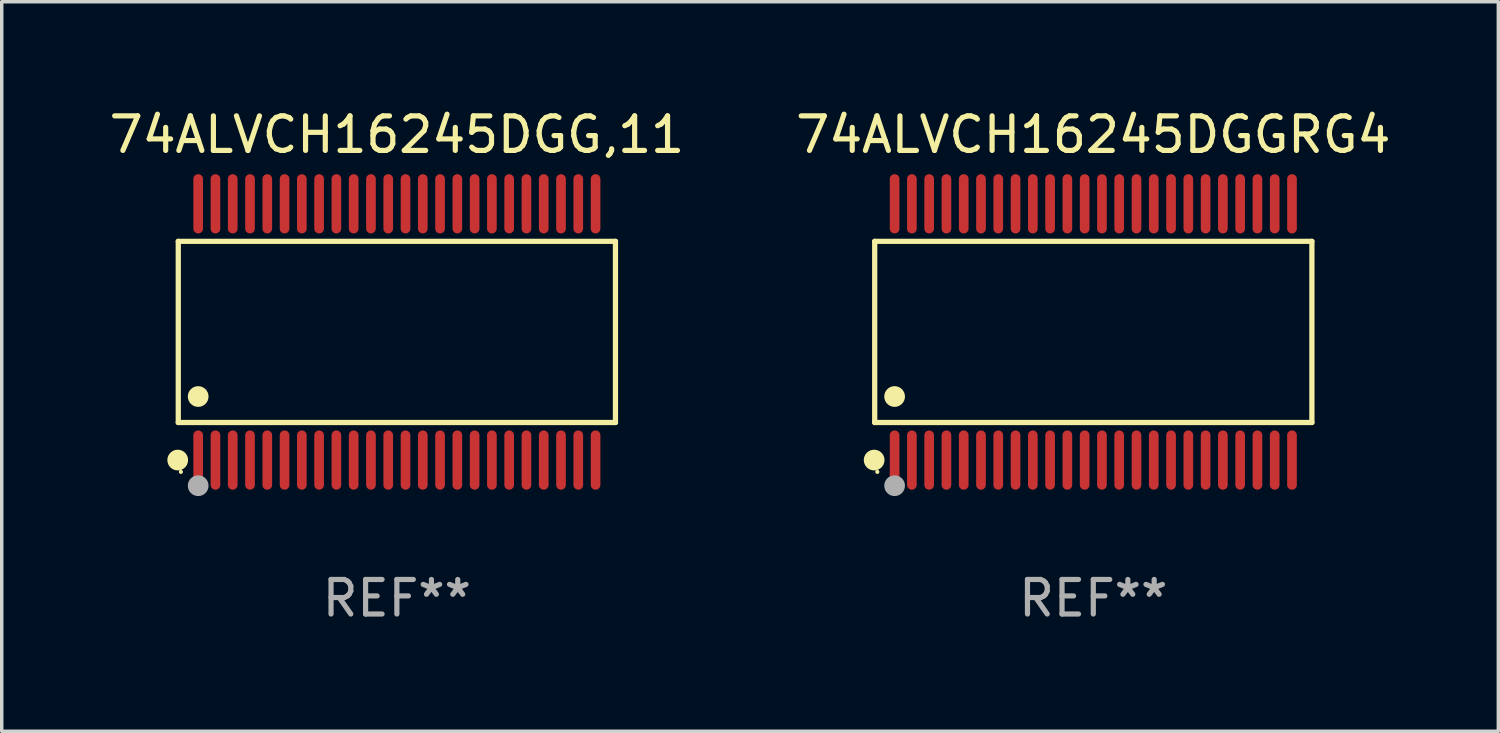
<source format=kicad_pcb>
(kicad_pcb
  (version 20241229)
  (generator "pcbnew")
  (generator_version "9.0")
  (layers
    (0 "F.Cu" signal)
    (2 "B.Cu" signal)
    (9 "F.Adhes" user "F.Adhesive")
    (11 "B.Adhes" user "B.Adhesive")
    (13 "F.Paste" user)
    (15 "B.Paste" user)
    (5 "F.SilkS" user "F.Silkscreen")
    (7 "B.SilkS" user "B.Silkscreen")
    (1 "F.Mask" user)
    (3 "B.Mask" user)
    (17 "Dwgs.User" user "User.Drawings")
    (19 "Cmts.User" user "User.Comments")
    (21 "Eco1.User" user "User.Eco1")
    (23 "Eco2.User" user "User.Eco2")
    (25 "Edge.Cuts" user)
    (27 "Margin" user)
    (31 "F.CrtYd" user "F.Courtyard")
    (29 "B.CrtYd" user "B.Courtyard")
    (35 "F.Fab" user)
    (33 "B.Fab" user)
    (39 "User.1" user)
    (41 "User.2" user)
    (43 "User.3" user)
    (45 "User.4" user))
  (footprint "74ALVCH16245DGGRG4"
    (layer "F.Cu")
    (at 28.589 6.556)
    (property "Reference" "74ALVCH16245DGGRG4" (at 0 -5.708 0) (layer "F.SilkS") (effects (font (size 1 1) (thickness 0.15))))
    (attr through_hole)
    (fp_line (start -6.326 -2.622) (end 6.326 -2.622) (stroke (width 0.152) (type solid)) (layer "F.SilkS"))
    (fp_line (start -6.326 2.621) (end -6.326 -2.622) (stroke (width 0.152) (type solid)) (layer "F.SilkS"))
    (fp_line (start 6.326 -2.622) (end 6.326 2.621) (stroke (width 0.152) (type solid)) (layer "F.SilkS"))
    (fp_line (start 6.326 2.621) (end -6.326 2.621) (stroke (width 0.152) (type solid)) (layer "F.SilkS"))
    (fp_circle (center -6.342 3.708) (end -6.192 3.708) (stroke (width 0.3) (type solid)) (fill no) (layer "F.SilkS"))
    (fp_circle (center -6.25 4.05) (end -6.22 4.05) (stroke (width 0.06) (type solid)) (fill no) (layer "F.SilkS"))
    (fp_circle (center -5.75 1.869) (end -5.6 1.869) (stroke (width 0.3) (type solid)) (fill no) (layer "F.SilkS"))
    (fp_circle (center -5.75 4.45) (end -5.6 4.45) (stroke (width 0.3) (type solid)) (fill no) (layer "F.Fab"))
    (fp_text user "REF**" (at 0 7.708 0) (layer "F.Fab") (effects (font (size 1 1) (thickness 0.15))))
    (pad "1" smd oval (at -5.75 3.708) (size 0.28 1.715) (layers "F.Cu" "F.Mask" "F.Paste"))
    (pad "2" smd oval (at -5.25 3.708) (size 0.28 1.715) (layers "F.Cu" "F.Mask" "F.Paste"))
    (pad "3" smd oval (at -4.75 3.708) (size 0.28 1.715) (layers "F.Cu" "F.Mask" "F.Paste"))
    (pad "4" smd oval (at -4.25 3.708) (size 0.28 1.715) (layers "F.Cu" "F.Mask" "F.Paste"))
    (pad "5" smd oval (at -3.75 3.708) (size 0.28 1.715) (layers "F.Cu" "F.Mask" "F.Paste"))
    (pad "6" smd oval (at -3.25 3.708) (size 0.28 1.715) (layers "F.Cu" "F.Mask" "F.Paste"))
    (pad "7" smd oval (at -2.75 3.708) (size 0.28 1.715) (layers "F.Cu" "F.Mask" "F.Paste"))
    (pad "8" smd oval (at -2.25 3.708) (size 0.28 1.715) (layers "F.Cu" "F.Mask" "F.Paste"))
    (pad "9" smd oval (at -1.75 3.708) (size 0.28 1.715) (layers "F.Cu" "F.Mask" "F.Paste"))
    (pad "10" smd oval (at -1.25 3.708) (size 0.28 1.715) (layers "F.Cu" "F.Mask" "F.Paste"))
    (pad "11" smd oval (at -0.75 3.708) (size 0.28 1.715) (layers "F.Cu" "F.Mask" "F.Paste"))
    (pad "12" smd oval (at -0.25 3.708) (size 0.28 1.715) (layers "F.Cu" "F.Mask" "F.Paste"))
    (pad "13" smd oval (at 0.25 3.708) (size 0.28 1.715) (layers "F.Cu" "F.Mask" "F.Paste"))
    (pad "14" smd oval (at 0.75 3.708) (size 0.28 1.715) (layers "F.Cu" "F.Mask" "F.Paste"))
    (pad "15" smd oval (at 1.25 3.708) (size 0.28 1.715) (layers "F.Cu" "F.Mask" "F.Paste"))
    (pad "16" smd oval (at 1.75 3.708) (size 0.28 1.715) (layers "F.Cu" "F.Mask" "F.Paste"))
    (pad "17" smd oval (at 2.25 3.708) (size 0.28 1.715) (layers "F.Cu" "F.Mask" "F.Paste"))
    (pad "18" smd oval (at 2.75 3.708) (size 0.28 1.715) (layers "F.Cu" "F.Mask" "F.Paste"))
    (pad "19" smd oval (at 3.25 3.708) (size 0.28 1.715) (layers "F.Cu" "F.Mask" "F.Paste"))
    (pad "20" smd oval (at 3.75 3.708) (size 0.28 1.715) (layers "F.Cu" "F.Mask" "F.Paste"))
    (pad "21" smd oval (at 4.25 3.708) (size 0.28 1.715) (layers "F.Cu" "F.Mask" "F.Paste"))
    (pad "22" smd oval (at 4.75 3.708) (size 0.28 1.715) (layers "F.Cu" "F.Mask" "F.Paste"))
    (pad "23" smd oval (at 5.25 3.708) (size 0.28 1.715) (layers "F.Cu" "F.Mask" "F.Paste"))
    (pad "24" smd oval (at 5.75 3.708) (size 0.28 1.715) (layers "F.Cu" "F.Mask" "F.Paste"))
    (pad "25" smd oval (at 5.75 -3.708) (size 0.28 1.715) (layers "F.Cu" "F.Mask" "F.Paste"))
    (pad "26" smd oval (at 5.25 -3.708) (size 0.28 1.715) (layers "F.Cu" "F.Mask" "F.Paste"))
    (pad "27" smd oval (at 4.75 -3.708) (size 0.28 1.715) (layers "F.Cu" "F.Mask" "F.Paste"))
    (pad "28" smd oval (at 4.25 -3.708) (size 0.28 1.715) (layers "F.Cu" "F.Mask" "F.Paste"))
    (pad "29" smd oval (at 3.75 -3.708) (size 0.28 1.715) (layers "F.Cu" "F.Mask" "F.Paste"))
    (pad "30" smd oval (at 3.25 -3.708) (size 0.28 1.715) (layers "F.Cu" "F.Mask" "F.Paste"))
    (pad "31" smd oval (at 2.75 -3.708) (size 0.28 1.715) (layers "F.Cu" "F.Mask" "F.Paste"))
    (pad "32" smd oval (at 2.25 -3.708) (size 0.28 1.715) (layers "F.Cu" "F.Mask" "F.Paste"))
    (pad "33" smd oval (at 1.75 -3.708) (size 0.28 1.715) (layers "F.Cu" "F.Mask" "F.Paste"))
    (pad "34" smd oval (at 1.25 -3.708) (size 0.28 1.715) (layers "F.Cu" "F.Mask" "F.Paste"))
    (pad "35" smd oval (at 0.75 -3.708) (size 0.28 1.715) (layers "F.Cu" "F.Mask" "F.Paste"))
    (pad "36" smd oval (at 0.25 -3.708) (size 0.28 1.715) (layers "F.Cu" "F.Mask" "F.Paste"))
    (pad "37" smd oval (at -0.25 -3.708) (size 0.28 1.715) (layers "F.Cu" "F.Mask" "F.Paste"))
    (pad "38" smd oval (at -0.75 -3.708) (size 0.28 1.715) (layers "F.Cu" "F.Mask" "F.Paste"))
    (pad "39" smd oval (at -1.25 -3.708) (size 0.28 1.715) (layers "F.Cu" "F.Mask" "F.Paste"))
    (pad "40" smd oval (at -1.75 -3.708) (size 0.28 1.715) (layers "F.Cu" "F.Mask" "F.Paste"))
    (pad "41" smd oval (at -2.25 -3.708) (size 0.28 1.715) (layers "F.Cu" "F.Mask" "F.Paste"))
    (pad "42" smd oval (at -2.75 -3.708) (size 0.28 1.715) (layers "F.Cu" "F.Mask" "F.Paste"))
    (pad "43" smd oval (at -3.25 -3.708) (size 0.28 1.715) (layers "F.Cu" "F.Mask" "F.Paste"))
    (pad "44" smd oval (at -3.75 -3.708) (size 0.28 1.715) (layers "F.Cu" "F.Mask" "F.Paste"))
    (pad "45" smd oval (at -4.25 -3.708) (size 0.28 1.715) (layers "F.Cu" "F.Mask" "F.Paste"))
    (pad "46" smd oval (at -4.75 -3.708) (size 0.28 1.715) (layers "F.Cu" "F.Mask" "F.Paste"))
    (pad "47" smd oval (at -5.25 -3.708) (size 0.28 1.715) (layers "F.Cu" "F.Mask" "F.Paste"))
    (pad "48" smd oval (at -5.75 -3.708) (size 0.28 1.715) (layers "F.Cu" "F.Mask" "F.Paste")))
  (footprint "74ALVCH16245DGG,11"
    (layer "F.Cu")
    (at 8.435 6.556)
    (property "Reference" "74ALVCH16245DGG,11" (at 0 -5.708 0) (layer "F.SilkS") (effects (font (size 1 1) (thickness 0.15))))
    (attr through_hole)
    (fp_line (start -6.326 -2.622) (end 6.326 -2.622) (stroke (width 0.152) (type solid)) (layer "F.SilkS"))
    (fp_line (start -6.326 2.621) (end -6.326 -2.622) (stroke (width 0.152) (type solid)) (layer "F.SilkS"))
    (fp_line (start 6.326 -2.622) (end 6.326 2.621) (stroke (width 0.152) (type solid)) (layer "F.SilkS"))
    (fp_line (start 6.326 2.621) (end -6.326 2.621) (stroke (width 0.152) (type solid)) (layer "F.SilkS"))
    (fp_circle (center -6.342 3.708) (end -6.192 3.708) (stroke (width 0.3) (type solid)) (fill no) (layer "F.SilkS"))
    (fp_circle (center -6.25 4.05) (end -6.22 4.05) (stroke (width 0.06) (type solid)) (fill no) (layer "F.SilkS"))
    (fp_circle (center -5.75 1.869) (end -5.6 1.869) (stroke (width 0.3) (type solid)) (fill no) (layer "F.SilkS"))
    (fp_circle (center -5.75 4.45) (end -5.6 4.45) (stroke (width 0.3) (type solid)) (fill no) (layer "F.Fab"))
    (fp_text user "REF**" (at 0 7.708 0) (layer "F.Fab") (effects (font (size 1 1) (thickness 0.15))))
    (pad "1" smd oval (at -5.75 3.708) (size 0.28 1.715) (layers "F.Cu" "F.Mask" "F.Paste"))
    (pad "2" smd oval (at -5.25 3.708) (size 0.28 1.715) (layers "F.Cu" "F.Mask" "F.Paste"))
    (pad "3" smd oval (at -4.75 3.708) (size 0.28 1.715) (layers "F.Cu" "F.Mask" "F.Paste"))
    (pad "4" smd oval (at -4.25 3.708) (size 0.28 1.715) (layers "F.Cu" "F.Mask" "F.Paste"))
    (pad "5" smd oval (at -3.75 3.708) (size 0.28 1.715) (layers "F.Cu" "F.Mask" "F.Paste"))
    (pad "6" smd oval (at -3.25 3.708) (size 0.28 1.715) (layers "F.Cu" "F.Mask" "F.Paste"))
    (pad "7" smd oval (at -2.75 3.708) (size 0.28 1.715) (layers "F.Cu" "F.Mask" "F.Paste"))
    (pad "8" smd oval (at -2.25 3.708) (size 0.28 1.715) (layers "F.Cu" "F.Mask" "F.Paste"))
    (pad "9" smd oval (at -1.75 3.708) (size 0.28 1.715) (layers "F.Cu" "F.Mask" "F.Paste"))
    (pad "10" smd oval (at -1.25 3.708) (size 0.28 1.715) (layers "F.Cu" "F.Mask" "F.Paste"))
    (pad "11" smd oval (at -0.75 3.708) (size 0.28 1.715) (layers "F.Cu" "F.Mask" "F.Paste"))
    (pad "12" smd oval (at -0.25 3.708) (size 0.28 1.715) (layers "F.Cu" "F.Mask" "F.Paste"))
    (pad "13" smd oval (at 0.25 3.708) (size 0.28 1.715) (layers "F.Cu" "F.Mask" "F.Paste"))
    (pad "14" smd oval (at 0.75 3.708) (size 0.28 1.715) (layers "F.Cu" "F.Mask" "F.Paste"))
    (pad "15" smd oval (at 1.25 3.708) (size 0.28 1.715) (layers "F.Cu" "F.Mask" "F.Paste"))
    (pad "16" smd oval (at 1.75 3.708) (size 0.28 1.715) (layers "F.Cu" "F.Mask" "F.Paste"))
    (pad "17" smd oval (at 2.25 3.708) (size 0.28 1.715) (layers "F.Cu" "F.Mask" "F.Paste"))
    (pad "18" smd oval (at 2.75 3.708) (size 0.28 1.715) (layers "F.Cu" "F.Mask" "F.Paste"))
    (pad "19" smd oval (at 3.25 3.708) (size 0.28 1.715) (layers "F.Cu" "F.Mask" "F.Paste"))
    (pad "20" smd oval (at 3.75 3.708) (size 0.28 1.715) (layers "F.Cu" "F.Mask" "F.Paste"))
    (pad "21" smd oval (at 4.25 3.708) (size 0.28 1.715) (layers "F.Cu" "F.Mask" "F.Paste"))
    (pad "22" smd oval (at 4.75 3.708) (size 0.28 1.715) (layers "F.Cu" "F.Mask" "F.Paste"))
    (pad "23" smd oval (at 5.25 3.708) (size 0.28 1.715) (layers "F.Cu" "F.Mask" "F.Paste"))
    (pad "24" smd oval (at 5.75 3.708) (size 0.28 1.715) (layers "F.Cu" "F.Mask" "F.Paste"))
    (pad "25" smd oval (at 5.75 -3.708) (size 0.28 1.715) (layers "F.Cu" "F.Mask" "F.Paste"))
    (pad "26" smd oval (at 5.25 -3.708) (size 0.28 1.715) (layers "F.Cu" "F.Mask" "F.Paste"))
    (pad "27" smd oval (at 4.75 -3.708) (size 0.28 1.715) (layers "F.Cu" "F.Mask" "F.Paste"))
    (pad "28" smd oval (at 4.25 -3.708) (size 0.28 1.715) (layers "F.Cu" "F.Mask" "F.Paste"))
    (pad "29" smd oval (at 3.75 -3.708) (size 0.28 1.715) (layers "F.Cu" "F.Mask" "F.Paste"))
    (pad "30" smd oval (at 3.25 -3.708) (size 0.28 1.715) (layers "F.Cu" "F.Mask" "F.Paste"))
    (pad "31" smd oval (at 2.75 -3.708) (size 0.28 1.715) (layers "F.Cu" "F.Mask" "F.Paste"))
    (pad "32" smd oval (at 2.25 -3.708) (size 0.28 1.715) (layers "F.Cu" "F.Mask" "F.Paste"))
    (pad "33" smd oval (at 1.75 -3.708) (size 0.28 1.715) (layers "F.Cu" "F.Mask" "F.Paste"))
    (pad "34" smd oval (at 1.25 -3.708) (size 0.28 1.715) (layers "F.Cu" "F.Mask" "F.Paste"))
    (pad "35" smd oval (at 0.75 -3.708) (size 0.28 1.715) (layers "F.Cu" "F.Mask" "F.Paste"))
    (pad "36" smd oval (at 0.25 -3.708) (size 0.28 1.715) (layers "F.Cu" "F.Mask" "F.Paste"))
    (pad "37" smd oval (at -0.25 -3.708) (size 0.28 1.715) (layers "F.Cu" "F.Mask" "F.Paste"))
    (pad "38" smd oval (at -0.75 -3.708) (size 0.28 1.715) (layers "F.Cu" "F.Mask" "F.Paste"))
    (pad "39" smd oval (at -1.25 -3.708) (size 0.28 1.715) (layers "F.Cu" "F.Mask" "F.Paste"))
    (pad "40" smd oval (at -1.75 -3.708) (size 0.28 1.715) (layers "F.Cu" "F.Mask" "F.Paste"))
    (pad "41" smd oval (at -2.25 -3.708) (size 0.28 1.715) (layers "F.Cu" "F.Mask" "F.Paste"))
    (pad "42" smd oval (at -2.75 -3.708) (size 0.28 1.715) (layers "F.Cu" "F.Mask" "F.Paste"))
    (pad "43" smd oval (at -3.25 -3.708) (size 0.28 1.715) (layers "F.Cu" "F.Mask" "F.Paste"))
    (pad "44" smd oval (at -3.75 -3.708) (size 0.28 1.715) (layers "F.Cu" "F.Mask" "F.Paste"))
    (pad "45" smd oval (at -4.25 -3.708) (size 0.28 1.715) (layers "F.Cu" "F.Mask" "F.Paste"))
    (pad "46" smd oval (at -4.75 -3.708) (size 0.28 1.715) (layers "F.Cu" "F.Mask" "F.Paste"))
    (pad "47" smd oval (at -5.25 -3.708) (size 0.28 1.715) (layers "F.Cu" "F.Mask" "F.Paste"))
    (pad "48" smd oval (at -5.75 -3.708) (size 0.28 1.715) (layers "F.Cu" "F.Mask" "F.Paste")))
  (gr_rect
    (start -3 -3)
    (end 40.31 18.112)
    (stroke (width 0.1) (type default))
    (fill no)
    (layer "Edge.Cuts")))
</source>
